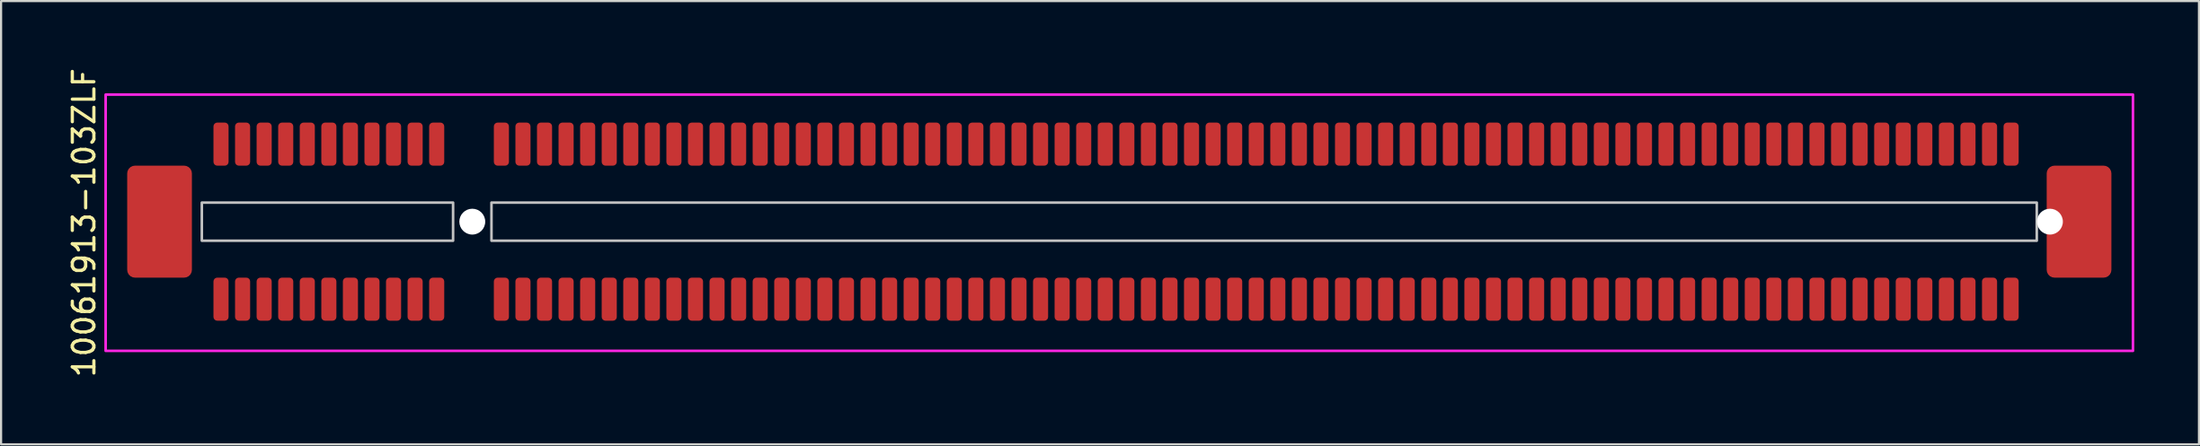
<source format=kicad_pcb>
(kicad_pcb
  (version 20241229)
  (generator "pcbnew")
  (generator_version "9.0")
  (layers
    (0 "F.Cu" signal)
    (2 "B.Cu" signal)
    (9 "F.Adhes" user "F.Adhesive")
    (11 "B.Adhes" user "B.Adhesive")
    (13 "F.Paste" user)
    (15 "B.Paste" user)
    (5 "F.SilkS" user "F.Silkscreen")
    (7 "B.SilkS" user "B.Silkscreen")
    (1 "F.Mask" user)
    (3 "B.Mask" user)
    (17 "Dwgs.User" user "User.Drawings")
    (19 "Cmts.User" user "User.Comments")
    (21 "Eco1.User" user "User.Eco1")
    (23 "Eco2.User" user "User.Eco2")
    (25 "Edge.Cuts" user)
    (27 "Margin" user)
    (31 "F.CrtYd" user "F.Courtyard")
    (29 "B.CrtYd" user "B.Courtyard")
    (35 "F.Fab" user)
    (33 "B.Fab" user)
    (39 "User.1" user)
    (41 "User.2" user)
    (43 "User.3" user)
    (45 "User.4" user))
  (footprint "10061913-103ZLF"
    (layer "F.Cu")
    (at 18.848 7.242)
    (property "Reference" "10061913-103ZLF" (at -18 0.05 90) (unlocked yes) (layer "F.SilkS") (effects (font (size 1 1) (thickness 0.15))))
    (attr smd)
    (fp_rect (start -15.7 -0.7) (end -13.3 0.7) (stroke (width 0.12) (type solid)) (fill yes) (layer "F.Paste"))
    (fp_rect (start -15.7 1.1) (end -13.3 2.5) (stroke (width 0.12) (type solid)) (fill yes) (layer "F.Paste"))
    (fp_rect (start 73.3 1) (end 75.7 2.5) (stroke (width 0.12) (type solid)) (fill yes) (layer "F.Paste"))
    (fp_rect (start 73.8 -0.6) (end 75.7 0.6) (stroke (width 0.12) (type solid)) (fill yes) (layer "F.Paste"))
    (fp_poly (pts (xy -13.3 -1.1) (xy -15.7 -1.1) (xy -15.7 -2.5) (xy -13.3 -2.5)) (stroke (width 0.12) (type solid)) (fill yes) (layer "F.Paste"))
    (fp_poly (pts (xy 75.7 -1) (xy 73.3 -1) (xy 73.3 -2.5) (xy 75.7 -2.5)) (stroke (width 0.12) (type solid)) (fill yes) (layer "F.Paste"))
    (fp_rect (start -12.54 -0.885) (end -0.89 0.885) (stroke (width 0.12) (type solid)) (fill no) (layer "Dwgs.User"))
    (fp_rect (start 0.89 -0.885) (end 72.54 0.885) (stroke (width 0.12) (type solid)) (fill no) (layer "Dwgs.User"))
    (fp_rect (start -17 -5.9) (end 77 6) (stroke (width 0.12) (type default)) (fill no) (layer "F.CrtYd"))
    (pad "" np_thru_hole circle (at 0 0) (size 1.2 1.2) (drill 1.2) (layers "*.Cu" "*.Mask"))
    (pad "" np_thru_hole circle (at 73.15 0) (size 1.2 1.2) (drill 1.2) (layers "*.Cu" "*.Mask"))
    (pad "A1" smd roundrect (at -11.65 -3.6) (size 0.7 2) (layers "F.Cu" "F.Mask" "F.Paste") (roundrect_rratio 0.25))
    (pad "A2" smd roundrect (at -10.65 -3.6) (size 0.7 2) (layers "F.Cu" "F.Mask" "F.Paste") (roundrect_rratio 0.25))
    (pad "A3" smd roundrect (at -9.65 -3.6) (size 0.7 2) (layers "F.Cu" "F.Mask" "F.Paste") (roundrect_rratio 0.25))
    (pad "A4" smd roundrect (at -8.65 -3.6) (size 0.7 2) (layers "F.Cu" "F.Mask" "F.Paste") (roundrect_rratio 0.25))
    (pad "A5" smd roundrect (at -7.65 -3.6) (size 0.7 2) (layers "F.Cu" "F.Mask" "F.Paste") (roundrect_rratio 0.25))
    (pad "A6" smd roundrect (at -6.65 -3.6) (size 0.7 2) (layers "F.Cu" "F.Mask" "F.Paste") (roundrect_rratio 0.25))
    (pad "A7" smd roundrect (at -5.65 -3.6) (size 0.7 2) (layers "F.Cu" "F.Mask" "F.Paste") (roundrect_rratio 0.25))
    (pad "A8" smd roundrect (at -4.65 -3.6) (size 0.7 2) (layers "F.Cu" "F.Mask" "F.Paste") (roundrect_rratio 0.25))
    (pad "A9" smd roundrect (at -3.65 -3.6) (size 0.7 2) (layers "F.Cu" "F.Mask" "F.Paste") (roundrect_rratio 0.25))
    (pad "A10" smd roundrect (at -2.65 -3.6) (size 0.7 2) (layers "F.Cu" "F.Mask" "F.Paste") (roundrect_rratio 0.25))
    (pad "A11" smd roundrect (at -1.65 -3.6) (size 0.7 2) (layers "F.Cu" "F.Mask" "F.Paste") (roundrect_rratio 0.25))
    (pad "A12" smd roundrect (at 1.35 -3.6) (size 0.7 2) (layers "F.Cu" "F.Mask" "F.Paste") (roundrect_rratio 0.25))
    (pad "A13" smd roundrect (at 2.35 -3.6) (size 0.7 2) (layers "F.Cu" "F.Mask" "F.Paste") (roundrect_rratio 0.25))
    (pad "A14" smd roundrect (at 3.35 -3.6) (size 0.7 2) (layers "F.Cu" "F.Mask" "F.Paste") (roundrect_rratio 0.25))
    (pad "A15" smd roundrect (at 4.35 -3.6) (size 0.7 2) (layers "F.Cu" "F.Mask" "F.Paste") (roundrect_rratio 0.25))
    (pad "A16" smd roundrect (at 5.35 -3.6) (size 0.7 2) (layers "F.Cu" "F.Mask" "F.Paste") (roundrect_rratio 0.25))
    (pad "A17" smd roundrect (at 6.35 -3.6) (size 0.7 2) (layers "F.Cu" "F.Mask" "F.Paste") (roundrect_rratio 0.25))
    (pad "A18" smd roundrect (at 7.35 -3.6) (size 0.7 2) (layers "F.Cu" "F.Mask" "F.Paste") (roundrect_rratio 0.25))
    (pad "A19" smd roundrect (at 8.35 -3.6) (size 0.7 2) (layers "F.Cu" "F.Mask" "F.Paste") (roundrect_rratio 0.25))
    (pad "A20" smd roundrect (at 9.35 -3.6) (size 0.7 2) (layers "F.Cu" "F.Mask" "F.Paste") (roundrect_rratio 0.25))
    (pad "A21" smd roundrect (at 10.35 -3.6) (size 0.7 2) (layers "F.Cu" "F.Mask" "F.Paste") (roundrect_rratio 0.25))
    (pad "A22" smd roundrect (at 11.35 -3.6) (size 0.7 2) (layers "F.Cu" "F.Mask" "F.Paste") (roundrect_rratio 0.25))
    (pad "A23" smd roundrect (at 12.35 -3.6) (size 0.7 2) (layers "F.Cu" "F.Mask" "F.Paste") (roundrect_rratio 0.25))
    (pad "A24" smd roundrect (at 13.35 -3.6) (size 0.7 2) (layers "F.Cu" "F.Mask" "F.Paste") (roundrect_rratio 0.25))
    (pad "A25" smd roundrect (at 14.35 -3.6) (size 0.7 2) (layers "F.Cu" "F.Mask" "F.Paste") (roundrect_rratio 0.25))
    (pad "A26" smd roundrect (at 15.35 -3.6) (size 0.7 2) (layers "F.Cu" "F.Mask" "F.Paste") (roundrect_rratio 0.25))
    (pad "A27" smd roundrect (at 16.35 -3.6) (size 0.7 2) (layers "F.Cu" "F.Mask" "F.Paste") (roundrect_rratio 0.25))
    (pad "A28" smd roundrect (at 17.35 -3.6) (size 0.7 2) (layers "F.Cu" "F.Mask" "F.Paste") (roundrect_rratio 0.25))
    (pad "A29" smd roundrect (at 18.35 -3.6) (size 0.7 2) (layers "F.Cu" "F.Mask" "F.Paste") (roundrect_rratio 0.25))
    (pad "A30" smd roundrect (at 19.35 -3.6) (size 0.7 2) (layers "F.Cu" "F.Mask" "F.Paste") (roundrect_rratio 0.25))
    (pad "A31" smd roundrect (at 20.35 -3.6) (size 0.7 2) (layers "F.Cu" "F.Mask" "F.Paste") (roundrect_rratio 0.25))
    (pad "A32" smd roundrect (at 21.35 -3.6) (size 0.7 2) (layers "F.Cu" "F.Mask" "F.Paste") (roundrect_rratio 0.25))
    (pad "A33" smd roundrect (at 22.35 -3.6) (size 0.7 2) (layers "F.Cu" "F.Mask" "F.Paste") (roundrect_rratio 0.25))
    (pad "A34" smd roundrect (at 23.35 -3.6) (size 0.7 2) (layers "F.Cu" "F.Mask" "F.Paste") (roundrect_rratio 0.25))
    (pad "A35" smd roundrect (at 24.35 -3.6) (size 0.7 2) (layers "F.Cu" "F.Mask" "F.Paste") (roundrect_rratio 0.25))
    (pad "A36" smd roundrect (at 25.35 -3.6) (size 0.7 2) (layers "F.Cu" "F.Mask" "F.Paste") (roundrect_rratio 0.25))
    (pad "A37" smd roundrect (at 26.35 -3.6) (size 0.7 2) (layers "F.Cu" "F.Mask" "F.Paste") (roundrect_rratio 0.25))
    (pad "A38" smd roundrect (at 27.35 -3.6) (size 0.7 2) (layers "F.Cu" "F.Mask" "F.Paste") (roundrect_rratio 0.25))
    (pad "A39" smd roundrect (at 28.35 -3.6) (size 0.7 2) (layers "F.Cu" "F.Mask" "F.Paste") (roundrect_rratio 0.25))
    (pad "A40" smd roundrect (at 29.35 -3.6) (size 0.7 2) (layers "F.Cu" "F.Mask" "F.Paste") (roundrect_rratio 0.25))
    (pad "A41" smd roundrect (at 30.35 -3.6) (size 0.7 2) (layers "F.Cu" "F.Mask" "F.Paste") (roundrect_rratio 0.25))
    (pad "A42" smd roundrect (at 31.35 -3.6) (size 0.7 2) (layers "F.Cu" "F.Mask" "F.Paste") (roundrect_rratio 0.25))
    (pad "A43" smd roundrect (at 32.35 -3.6) (size 0.7 2) (layers "F.Cu" "F.Mask" "F.Paste") (roundrect_rratio 0.25))
    (pad "A44" smd roundrect (at 33.35 -3.6) (size 0.7 2) (layers "F.Cu" "F.Mask" "F.Paste") (roundrect_rratio 0.25))
    (pad "A45" smd roundrect (at 34.35 -3.6) (size 0.7 2) (layers "F.Cu" "F.Mask" "F.Paste") (roundrect_rratio 0.25))
    (pad "A46" smd roundrect (at 35.35 -3.6) (size 0.7 2) (layers "F.Cu" "F.Mask" "F.Paste") (roundrect_rratio 0.25))
    (pad "A47" smd roundrect (at 36.35 -3.6) (size 0.7 2) (layers "F.Cu" "F.Mask" "F.Paste") (roundrect_rratio 0.25))
    (pad "A48" smd roundrect (at 37.35 -3.6) (size 0.7 2) (layers "F.Cu" "F.Mask" "F.Paste") (roundrect_rratio 0.25))
    (pad "A49" smd roundrect (at 38.35 -3.6) (size 0.7 2) (layers "F.Cu" "F.Mask" "F.Paste") (roundrect_rratio 0.25))
    (pad "A50" smd roundrect (at 39.35 -3.6) (size 0.7 2) (layers "F.Cu" "F.Mask" "F.Paste") (roundrect_rratio 0.25))
    (pad "A51" smd roundrect (at 40.35 -3.6) (size 0.7 2) (layers "F.Cu" "F.Mask" "F.Paste") (roundrect_rratio 0.25))
    (pad "A52" smd roundrect (at 41.35 -3.6) (size 0.7 2) (layers "F.Cu" "F.Mask" "F.Paste") (roundrect_rratio 0.25))
    (pad "A53" smd roundrect (at 42.35 -3.6) (size 0.7 2) (layers "F.Cu" "F.Mask" "F.Paste") (roundrect_rratio 0.25))
    (pad "A54" smd roundrect (at 43.35 -3.6) (size 0.7 2) (layers "F.Cu" "F.Mask" "F.Paste") (roundrect_rratio 0.25))
    (pad "A55" smd roundrect (at 44.35 -3.6) (size 0.7 2) (layers "F.Cu" "F.Mask" "F.Paste") (roundrect_rratio 0.25))
    (pad "A56" smd roundrect (at 45.35 -3.6) (size 0.7 2) (layers "F.Cu" "F.Mask" "F.Paste") (roundrect_rratio 0.25))
    (pad "A57" smd roundrect (at 46.35 -3.6) (size 0.7 2) (layers "F.Cu" "F.Mask" "F.Paste") (roundrect_rratio 0.25))
    (pad "A58" smd roundrect (at 47.35 -3.6) (size 0.7 2) (layers "F.Cu" "F.Mask" "F.Paste") (roundrect_rratio 0.25))
    (pad "A59" smd roundrect (at 48.35 -3.6) (size 0.7 2) (layers "F.Cu" "F.Mask" "F.Paste") (roundrect_rratio 0.25))
    (pad "A60" smd roundrect (at 49.35 -3.6) (size 0.7 2) (layers "F.Cu" "F.Mask" "F.Paste") (roundrect_rratio 0.25))
    (pad "A61" smd roundrect (at 50.35 -3.6) (size 0.7 2) (layers "F.Cu" "F.Mask" "F.Paste") (roundrect_rratio 0.25))
    (pad "A62" smd roundrect (at 51.35 -3.6) (size 0.7 2) (layers "F.Cu" "F.Mask" "F.Paste") (roundrect_rratio 0.25))
    (pad "A63" smd roundrect (at 52.35 -3.6) (size 0.7 2) (layers "F.Cu" "F.Mask" "F.Paste") (roundrect_rratio 0.25))
    (pad "A64" smd roundrect (at 53.35 -3.6) (size 0.7 2) (layers "F.Cu" "F.Mask" "F.Paste") (roundrect_rratio 0.25))
    (pad "A65" smd roundrect (at 54.35 -3.6) (size 0.7 2) (layers "F.Cu" "F.Mask" "F.Paste") (roundrect_rratio 0.25))
    (pad "A66" smd roundrect (at 55.35 -3.6) (size 0.7 2) (layers "F.Cu" "F.Mask" "F.Paste") (roundrect_rratio 0.25))
    (pad "A67" smd roundrect (at 56.35 -3.6) (size 0.7 2) (layers "F.Cu" "F.Mask" "F.Paste") (roundrect_rratio 0.25))
    (pad "A68" smd roundrect (at 57.35 -3.6) (size 0.7 2) (layers "F.Cu" "F.Mask" "F.Paste") (roundrect_rratio 0.25))
    (pad "A69" smd roundrect (at 58.35 -3.6) (size 0.7 2) (layers "F.Cu" "F.Mask" "F.Paste") (roundrect_rratio 0.25))
    (pad "A70" smd roundrect (at 59.35 -3.6) (size 0.7 2) (layers "F.Cu" "F.Mask" "F.Paste") (roundrect_rratio 0.25))
    (pad "A71" smd roundrect (at 60.35 -3.6) (size 0.7 2) (layers "F.Cu" "F.Mask" "F.Paste") (roundrect_rratio 0.25))
    (pad "A72" smd roundrect (at 61.35 -3.6) (size 0.7 2) (layers "F.Cu" "F.Mask" "F.Paste") (roundrect_rratio 0.25))
    (pad "A73" smd roundrect (at 62.35 -3.6) (size 0.7 2) (layers "F.Cu" "F.Mask" "F.Paste") (roundrect_rratio 0.25))
    (pad "A74" smd roundrect (at 63.35 -3.6) (size 0.7 2) (layers "F.Cu" "F.Mask" "F.Paste") (roundrect_rratio 0.25))
    (pad "A75" smd roundrect (at 64.35 -3.6) (size 0.7 2) (layers "F.Cu" "F.Mask" "F.Paste") (roundrect_rratio 0.25))
    (pad "A76" smd roundrect (at 65.35 -3.6) (size 0.7 2) (layers "F.Cu" "F.Mask" "F.Paste") (roundrect_rratio 0.25))
    (pad "A77" smd roundrect (at 66.35 -3.6) (size 0.7 2) (layers "F.Cu" "F.Mask" "F.Paste") (roundrect_rratio 0.25))
    (pad "A78" smd roundrect (at 67.35 -3.6) (size 0.7 2) (layers "F.Cu" "F.Mask" "F.Paste") (roundrect_rratio 0.25))
    (pad "A79" smd roundrect (at 68.35 -3.6) (size 0.7 2) (layers "F.Cu" "F.Mask" "F.Paste") (roundrect_rratio 0.25))
    (pad "A80" smd roundrect (at 69.35 -3.6) (size 0.7 2) (layers "F.Cu" "F.Mask" "F.Paste") (roundrect_rratio 0.25))
    (pad "A81" smd roundrect (at 70.35 -3.6) (size 0.7 2) (layers "F.Cu" "F.Mask" "F.Paste") (roundrect_rratio 0.25))
    (pad "A82" smd roundrect (at 71.35 -3.6) (size 0.7 2) (layers "F.Cu" "F.Mask" "F.Paste") (roundrect_rratio 0.25))
    (pad "B1" smd roundrect (at -11.65 3.6) (size 0.7 2) (layers "F.Cu" "F.Mask" "F.Paste") (roundrect_rratio 0.25))
    (pad "B2" smd roundrect (at -10.65 3.6) (size 0.7 2) (layers "F.Cu" "F.Mask" "F.Paste") (roundrect_rratio 0.25))
    (pad "B3" smd roundrect (at -9.65 3.6) (size 0.7 2) (layers "F.Cu" "F.Mask" "F.Paste") (roundrect_rratio 0.25))
    (pad "B4" smd roundrect (at -8.65 3.6) (size 0.7 2) (layers "F.Cu" "F.Mask" "F.Paste") (roundrect_rratio 0.25))
    (pad "B5" smd roundrect (at -7.65 3.6) (size 0.7 2) (layers "F.Cu" "F.Mask" "F.Paste") (roundrect_rratio 0.25))
    (pad "B6" smd roundrect (at -6.65 3.6) (size 0.7 2) (layers "F.Cu" "F.Mask" "F.Paste") (roundrect_rratio 0.25))
    (pad "B7" smd roundrect (at -5.65 3.6) (size 0.7 2) (layers "F.Cu" "F.Mask" "F.Paste") (roundrect_rratio 0.25))
    (pad "B8" smd roundrect (at -4.65 3.6) (size 0.7 2) (layers "F.Cu" "F.Mask" "F.Paste") (roundrect_rratio 0.25))
    (pad "B9" smd roundrect (at -3.65 3.6) (size 0.7 2) (layers "F.Cu" "F.Mask" "F.Paste") (roundrect_rratio 0.25))
    (pad "B10" smd roundrect (at -2.65 3.6) (size 0.7 2) (layers "F.Cu" "F.Mask" "F.Paste") (roundrect_rratio 0.25))
    (pad "B11" smd roundrect (at -1.65 3.6) (size 0.7 2) (layers "F.Cu" "F.Mask" "F.Paste") (roundrect_rratio 0.25))
    (pad "B12" smd roundrect (at 1.35 3.6) (size 0.7 2) (layers "F.Cu" "F.Mask" "F.Paste") (roundrect_rratio 0.25))
    (pad "B13" smd roundrect (at 2.35 3.6) (size 0.7 2) (layers "F.Cu" "F.Mask" "F.Paste") (roundrect_rratio 0.25))
    (pad "B14" smd roundrect (at 3.35 3.6) (size 0.7 2) (layers "F.Cu" "F.Mask" "F.Paste") (roundrect_rratio 0.25))
    (pad "B15" smd roundrect (at 4.35 3.6) (size 0.7 2) (layers "F.Cu" "F.Mask" "F.Paste") (roundrect_rratio 0.25))
    (pad "B16" smd roundrect (at 5.35 3.6) (size 0.7 2) (layers "F.Cu" "F.Mask" "F.Paste") (roundrect_rratio 0.25))
    (pad "B17" smd roundrect (at 6.35 3.6) (size 0.7 2) (layers "F.Cu" "F.Mask" "F.Paste") (roundrect_rratio 0.25))
    (pad "B18" smd roundrect (at 7.35 3.6) (size 0.7 2) (layers "F.Cu" "F.Mask" "F.Paste") (roundrect_rratio 0.25))
    (pad "B19" smd roundrect (at 8.35 3.6) (size 0.7 2) (layers "F.Cu" "F.Mask" "F.Paste") (roundrect_rratio 0.25))
    (pad "B20" smd roundrect (at 9.35 3.6) (size 0.7 2) (layers "F.Cu" "F.Mask" "F.Paste") (roundrect_rratio 0.25))
    (pad "B21" smd roundrect (at 10.35 3.6) (size 0.7 2) (layers "F.Cu" "F.Mask" "F.Paste") (roundrect_rratio 0.25))
    (pad "B22" smd roundrect (at 11.35 3.6) (size 0.7 2) (layers "F.Cu" "F.Mask" "F.Paste") (roundrect_rratio 0.25))
    (pad "B23" smd roundrect (at 12.35 3.6) (size 0.7 2) (layers "F.Cu" "F.Mask" "F.Paste") (roundrect_rratio 0.25))
    (pad "B24" smd roundrect (at 13.35 3.6) (size 0.7 2) (layers "F.Cu" "F.Mask" "F.Paste") (roundrect_rratio 0.25))
    (pad "B25" smd roundrect (at 14.35 3.6) (size 0.7 2) (layers "F.Cu" "F.Mask" "F.Paste") (roundrect_rratio 0.25))
    (pad "B26" smd roundrect (at 15.35 3.6) (size 0.7 2) (layers "F.Cu" "F.Mask" "F.Paste") (roundrect_rratio 0.25))
    (pad "B27" smd roundrect (at 16.35 3.6) (size 0.7 2) (layers "F.Cu" "F.Mask" "F.Paste") (roundrect_rratio 0.25))
    (pad "B28" smd roundrect (at 17.35 3.6) (size 0.7 2) (layers "F.Cu" "F.Mask" "F.Paste") (roundrect_rratio 0.25))
    (pad "B29" smd roundrect (at 18.35 3.6) (size 0.7 2) (layers "F.Cu" "F.Mask" "F.Paste") (roundrect_rratio 0.25))
    (pad "B30" smd roundrect (at 19.35 3.6) (size 0.7 2) (layers "F.Cu" "F.Mask" "F.Paste") (roundrect_rratio 0.25))
    (pad "B31" smd roundrect (at 20.35 3.6) (size 0.7 2) (layers "F.Cu" "F.Mask" "F.Paste") (roundrect_rratio 0.25))
    (pad "B32" smd roundrect (at 21.35 3.6) (size 0.7 2) (layers "F.Cu" "F.Mask" "F.Paste") (roundrect_rratio 0.25))
    (pad "B33" smd roundrect (at 22.35 3.6) (size 0.7 2) (layers "F.Cu" "F.Mask" "F.Paste") (roundrect_rratio 0.25))
    (pad "B34" smd roundrect (at 23.35 3.6) (size 0.7 2) (layers "F.Cu" "F.Mask" "F.Paste") (roundrect_rratio 0.25))
    (pad "B35" smd roundrect (at 24.35 3.6) (size 0.7 2) (layers "F.Cu" "F.Mask" "F.Paste") (roundrect_rratio 0.25))
    (pad "B36" smd roundrect (at 25.35 3.6) (size 0.7 2) (layers "F.Cu" "F.Mask" "F.Paste") (roundrect_rratio 0.25))
    (pad "B37" smd roundrect (at 26.35 3.6) (size 0.7 2) (layers "F.Cu" "F.Mask" "F.Paste") (roundrect_rratio 0.25))
    (pad "B38" smd roundrect (at 27.35 3.6) (size 0.7 2) (layers "F.Cu" "F.Mask" "F.Paste") (roundrect_rratio 0.25))
    (pad "B39" smd roundrect (at 28.35 3.6) (size 0.7 2) (layers "F.Cu" "F.Mask" "F.Paste") (roundrect_rratio 0.25))
    (pad "B40" smd roundrect (at 29.35 3.6) (size 0.7 2) (layers "F.Cu" "F.Mask" "F.Paste") (roundrect_rratio 0.25))
    (pad "B41" smd roundrect (at 30.35 3.6) (size 0.7 2) (layers "F.Cu" "F.Mask" "F.Paste") (roundrect_rratio 0.25))
    (pad "B42" smd roundrect (at 31.35 3.6) (size 0.7 2) (layers "F.Cu" "F.Mask" "F.Paste") (roundrect_rratio 0.25))
    (pad "B43" smd roundrect (at 32.35 3.6) (size 0.7 2) (layers "F.Cu" "F.Mask" "F.Paste") (roundrect_rratio 0.25))
    (pad "B44" smd roundrect (at 33.35 3.6) (size 0.7 2) (layers "F.Cu" "F.Mask" "F.Paste") (roundrect_rratio 0.25))
    (pad "B45" smd roundrect (at 34.35 3.6) (size 0.7 2) (layers "F.Cu" "F.Mask" "F.Paste") (roundrect_rratio 0.25))
    (pad "B46" smd roundrect (at 35.35 3.6) (size 0.7 2) (layers "F.Cu" "F.Mask" "F.Paste") (roundrect_rratio 0.25))
    (pad "B47" smd roundrect (at 36.35 3.6) (size 0.7 2) (layers "F.Cu" "F.Mask" "F.Paste") (roundrect_rratio 0.25))
    (pad "B48" smd roundrect (at 37.35 3.6) (size 0.7 2) (layers "F.Cu" "F.Mask" "F.Paste") (roundrect_rratio 0.25))
    (pad "B49" smd roundrect (at 38.35 3.6) (size 0.7 2) (layers "F.Cu" "F.Mask" "F.Paste") (roundrect_rratio 0.25))
    (pad "B50" smd roundrect (at 39.35 3.6) (size 0.7 2) (layers "F.Cu" "F.Mask" "F.Paste") (roundrect_rratio 0.25))
    (pad "B51" smd roundrect (at 40.35 3.6) (size 0.7 2) (layers "F.Cu" "F.Mask" "F.Paste") (roundrect_rratio 0.25))
    (pad "B52" smd roundrect (at 41.35 3.6) (size 0.7 2) (layers "F.Cu" "F.Mask" "F.Paste") (roundrect_rratio 0.25))
    (pad "B53" smd roundrect (at 42.35 3.6) (size 0.7 2) (layers "F.Cu" "F.Mask" "F.Paste") (roundrect_rratio 0.25))
    (pad "B54" smd roundrect (at 43.35 3.6) (size 0.7 2) (layers "F.Cu" "F.Mask" "F.Paste") (roundrect_rratio 0.25))
    (pad "B55" smd roundrect (at 44.35 3.6) (size 0.7 2) (layers "F.Cu" "F.Mask" "F.Paste") (roundrect_rratio 0.25))
    (pad "B56" smd roundrect (at 45.35 3.6) (size 0.7 2) (layers "F.Cu" "F.Mask" "F.Paste") (roundrect_rratio 0.25))
    (pad "B57" smd roundrect (at 46.35 3.6) (size 0.7 2) (layers "F.Cu" "F.Mask" "F.Paste") (roundrect_rratio 0.25))
    (pad "B58" smd roundrect (at 47.35 3.6) (size 0.7 2) (layers "F.Cu" "F.Mask" "F.Paste") (roundrect_rratio 0.25))
    (pad "B59" smd roundrect (at 48.35 3.6) (size 0.7 2) (layers "F.Cu" "F.Mask" "F.Paste") (roundrect_rratio 0.25))
    (pad "B60" smd roundrect (at 49.35 3.6) (size 0.7 2) (layers "F.Cu" "F.Mask" "F.Paste") (roundrect_rratio 0.25))
    (pad "B61" smd roundrect (at 50.35 3.6) (size 0.7 2) (layers "F.Cu" "F.Mask" "F.Paste") (roundrect_rratio 0.25))
    (pad "B62" smd roundrect (at 51.35 3.6) (size 0.7 2) (layers "F.Cu" "F.Mask" "F.Paste") (roundrect_rratio 0.25))
    (pad "B63" smd roundrect (at 52.35 3.6) (size 0.7 2) (layers "F.Cu" "F.Mask" "F.Paste") (roundrect_rratio 0.25))
    (pad "B64" smd roundrect (at 53.35 3.6) (size 0.7 2) (layers "F.Cu" "F.Mask" "F.Paste") (roundrect_rratio 0.25))
    (pad "B65" smd roundrect (at 54.35 3.6) (size 0.7 2) (layers "F.Cu" "F.Mask" "F.Paste") (roundrect_rratio 0.25))
    (pad "B66" smd roundrect (at 55.35 3.6) (size 0.7 2) (layers "F.Cu" "F.Mask" "F.Paste") (roundrect_rratio 0.25))
    (pad "B67" smd roundrect (at 56.35 3.6) (size 0.7 2) (layers "F.Cu" "F.Mask" "F.Paste") (roundrect_rratio 0.25))
    (pad "B68" smd roundrect (at 57.35 3.6) (size 0.7 2) (layers "F.Cu" "F.Mask" "F.Paste") (roundrect_rratio 0.25))
    (pad "B69" smd roundrect (at 58.35 3.6) (size 0.7 2) (layers "F.Cu" "F.Mask" "F.Paste") (roundrect_rratio 0.25))
    (pad "B70" smd roundrect (at 59.35 3.6) (size 0.7 2) (layers "F.Cu" "F.Mask" "F.Paste") (roundrect_rratio 0.25))
    (pad "B71" smd roundrect (at 60.35 3.6) (size 0.7 2) (layers "F.Cu" "F.Mask" "F.Paste") (roundrect_rratio 0.25))
    (pad "B72" smd roundrect (at 61.35 3.6) (size 0.7 2) (layers "F.Cu" "F.Mask" "F.Paste") (roundrect_rratio 0.25))
    (pad "B73" smd roundrect (at 62.35 3.6) (size 0.7 2) (layers "F.Cu" "F.Mask" "F.Paste") (roundrect_rratio 0.25))
    (pad "B74" smd roundrect (at 63.35 3.6) (size 0.7 2) (layers "F.Cu" "F.Mask" "F.Paste") (roundrect_rratio 0.25))
    (pad "B75" smd roundrect (at 64.35 3.6) (size 0.7 2) (layers "F.Cu" "F.Mask" "F.Paste") (roundrect_rratio 0.25))
    (pad "B76" smd roundrect (at 65.35 3.6) (size 0.7 2) (layers "F.Cu" "F.Mask" "F.Paste") (roundrect_rratio 0.25))
    (pad "B77" smd roundrect (at 66.35 3.6) (size 0.7 2) (layers "F.Cu" "F.Mask" "F.Paste") (roundrect_rratio 0.25))
    (pad "B78" smd roundrect (at 67.35 3.6) (size 0.7 2) (layers "F.Cu" "F.Mask" "F.Paste") (roundrect_rratio 0.25))
    (pad "B79" smd roundrect (at 68.35 3.6) (size 0.7 2) (layers "F.Cu" "F.Mask" "F.Paste") (roundrect_rratio 0.25))
    (pad "B80" smd roundrect (at 69.35 3.6) (size 0.7 2) (layers "F.Cu" "F.Mask" "F.Paste") (roundrect_rratio 0.25))
    (pad "B81" smd roundrect (at 70.35 3.6) (size 0.7 2) (layers "F.Cu" "F.Mask" "F.Paste") (roundrect_rratio 0.25))
    (pad "B82" smd roundrect (at 71.35 3.6) (size 0.7 2) (layers "F.Cu" "F.Mask" "F.Paste") (roundrect_rratio 0.25))
    (pad "MP" smd roundrect (at -14.5 0) (size 3 5.2) (layers "F.Cu" "F.Mask") (roundrect_rratio 0.12))
    (pad "MP" smd roundrect (at 74.5 0) (size 3 5.2) (layers "F.Cu" "F.Mask") (roundrect_rratio 0.12)))
  (gr_rect
    (start -3 -3)
    (end 98.908 17.583)
    (stroke (width 0.1) (type default))
    (fill no)
    (layer "Edge.Cuts")))
</source>
